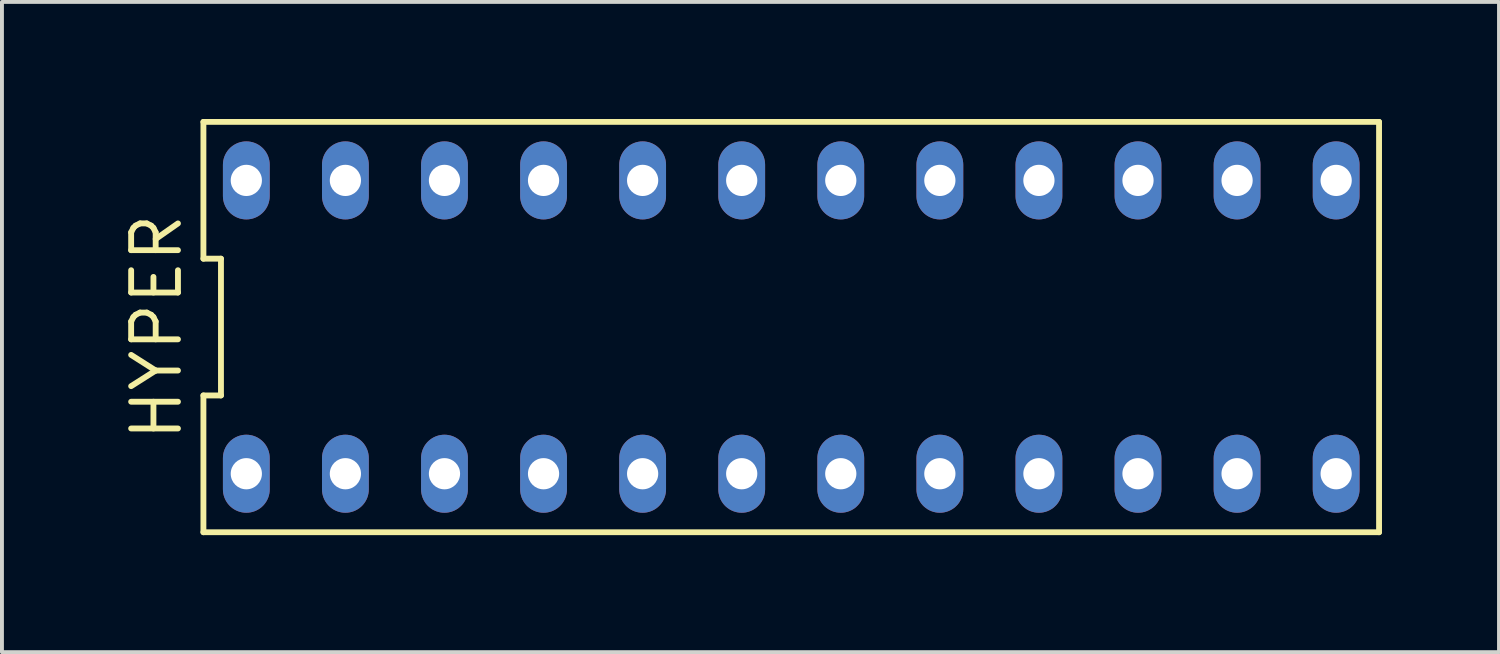
<source format=kicad_pcb>
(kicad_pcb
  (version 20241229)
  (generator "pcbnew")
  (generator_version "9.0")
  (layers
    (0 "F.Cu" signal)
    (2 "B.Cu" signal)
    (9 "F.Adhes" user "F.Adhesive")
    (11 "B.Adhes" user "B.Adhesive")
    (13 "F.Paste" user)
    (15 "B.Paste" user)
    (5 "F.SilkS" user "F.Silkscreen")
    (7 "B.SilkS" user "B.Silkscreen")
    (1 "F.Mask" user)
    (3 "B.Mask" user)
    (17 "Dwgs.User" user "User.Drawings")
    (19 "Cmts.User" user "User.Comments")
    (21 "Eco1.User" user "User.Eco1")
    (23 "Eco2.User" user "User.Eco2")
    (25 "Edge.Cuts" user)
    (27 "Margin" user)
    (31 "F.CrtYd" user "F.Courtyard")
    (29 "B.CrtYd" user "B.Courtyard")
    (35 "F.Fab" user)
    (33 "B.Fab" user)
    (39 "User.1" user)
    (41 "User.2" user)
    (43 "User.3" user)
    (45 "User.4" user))
  (footprint "HYPER"
    (layer "F.Cu")
    (at 17.235 5.335)
    (property "Reference" "HYPER" (at -16.27 0 90) (layer "F.SilkS") (effects (font (size 1.2 1.2) (thickness 0.15))))
    (attr through_hole)
    (fp_line (start -15.07 -5.26) (end -15.07 -1.753) (stroke (width 0.15) (type solid)) (layer "F.SilkS"))
    (fp_line (start -15.07 -1.753) (end -14.62 -1.753) (stroke (width 0.15) (type solid)) (layer "F.SilkS"))
    (fp_line (start -15.07 1.753) (end -15.07 5.26) (stroke (width 0.15) (type solid)) (layer "F.SilkS"))
    (fp_line (start -15.07 5.26) (end 15.07 5.26) (stroke (width 0.15) (type solid)) (layer "F.SilkS"))
    (fp_line (start -14.62 -1.753) (end -14.62 1.753) (stroke (width 0.15) (type solid)) (layer "F.SilkS"))
    (fp_line (start -14.62 1.753) (end -15.07 1.753) (stroke (width 0.15) (type solid)) (layer "F.SilkS"))
    (fp_line (start 15.07 -5.26) (end -15.07 -5.26) (stroke (width 0.15) (type solid)) (layer "F.SilkS"))
    (fp_line (start 15.07 5.26) (end 15.07 -5.26) (stroke (width 0.15) (type solid)) (layer "F.SilkS"))
    (pad "1" thru_hole oval (at -13.97 3.76) (size 1.2 2) (drill 0.8) (layers "*.Cu" "*.Mask"))
    (pad "2" thru_hole oval (at -11.43 3.76) (size 1.2 2) (drill 0.8) (layers "*.Cu" "*.Mask"))
    (pad "3" thru_hole oval (at -8.89 3.76) (size 1.2 2) (drill 0.8) (layers "*.Cu" "*.Mask"))
    (pad "4" thru_hole oval (at -6.35 3.76) (size 1.2 2) (drill 0.8) (layers "*.Cu" "*.Mask"))
    (pad "5" thru_hole oval (at -3.81 3.76) (size 1.2 2) (drill 0.8) (layers "*.Cu" "*.Mask"))
    (pad "6" thru_hole oval (at -1.27 3.76) (size 1.2 2) (drill 0.8) (layers "*.Cu" "*.Mask"))
    (pad "7" thru_hole oval (at 1.27 3.76) (size 1.2 2) (drill 0.8) (layers "*.Cu" "*.Mask"))
    (pad "8" thru_hole oval (at 3.81 3.76) (size 1.2 2) (drill 0.8) (layers "*.Cu" "*.Mask"))
    (pad "9" thru_hole oval (at 6.35 3.76) (size 1.2 2) (drill 0.8) (layers "*.Cu" "*.Mask"))
    (pad "10" thru_hole oval (at 8.89 3.76) (size 1.2 2) (drill 0.8) (layers "*.Cu" "*.Mask"))
    (pad "11" thru_hole oval (at 11.43 3.76) (size 1.2 2) (drill 0.8) (layers "*.Cu" "*.Mask"))
    (pad "12" thru_hole oval (at 13.97 3.76) (size 1.2 2) (drill 0.8) (layers "*.Cu" "*.Mask"))
    (pad "13" thru_hole oval (at 13.97 -3.76) (size 1.2 2) (drill 0.8) (layers "*.Cu" "*.Mask"))
    (pad "14" thru_hole oval (at 11.43 -3.76) (size 1.2 2) (drill 0.8) (layers "*.Cu" "*.Mask"))
    (pad "15" thru_hole oval (at 8.89 -3.76) (size 1.2 2) (drill 0.8) (layers "*.Cu" "*.Mask"))
    (pad "16" thru_hole oval (at 6.35 -3.76) (size 1.2 2) (drill 0.8) (layers "*.Cu" "*.Mask"))
    (pad "17" thru_hole oval (at 3.81 -3.76) (size 1.2 2) (drill 0.8) (layers "*.Cu" "*.Mask"))
    (pad "18" thru_hole oval (at 1.27 -3.76) (size 1.2 2) (drill 0.8) (layers "*.Cu" "*.Mask"))
    (pad "19" thru_hole oval (at -1.27 -3.76) (size 1.2 2) (drill 0.8) (layers "*.Cu" "*.Mask"))
    (pad "20" thru_hole oval (at -3.81 -3.76) (size 1.2 2) (drill 0.8) (layers "*.Cu" "*.Mask"))
    (pad "21" thru_hole oval (at -6.35 -3.76) (size 1.2 2) (drill 0.8) (layers "*.Cu" "*.Mask"))
    (pad "22" thru_hole oval (at -8.89 -3.76) (size 1.2 2) (drill 0.8) (layers "*.Cu" "*.Mask"))
    (pad "23" thru_hole oval (at -11.43 -3.76) (size 1.2 2) (drill 0.8) (layers "*.Cu" "*.Mask"))
    (pad "24" thru_hole oval (at -13.97 -3.76) (size 1.2 2) (drill 0.8) (layers "*.Cu" "*.Mask")))
  (gr_rect
    (start -3 -3)
    (end 35.38 13.67)
    (stroke (width 0.1) (type default))
    (fill no)
    (layer "Edge.Cuts")))
</source>
